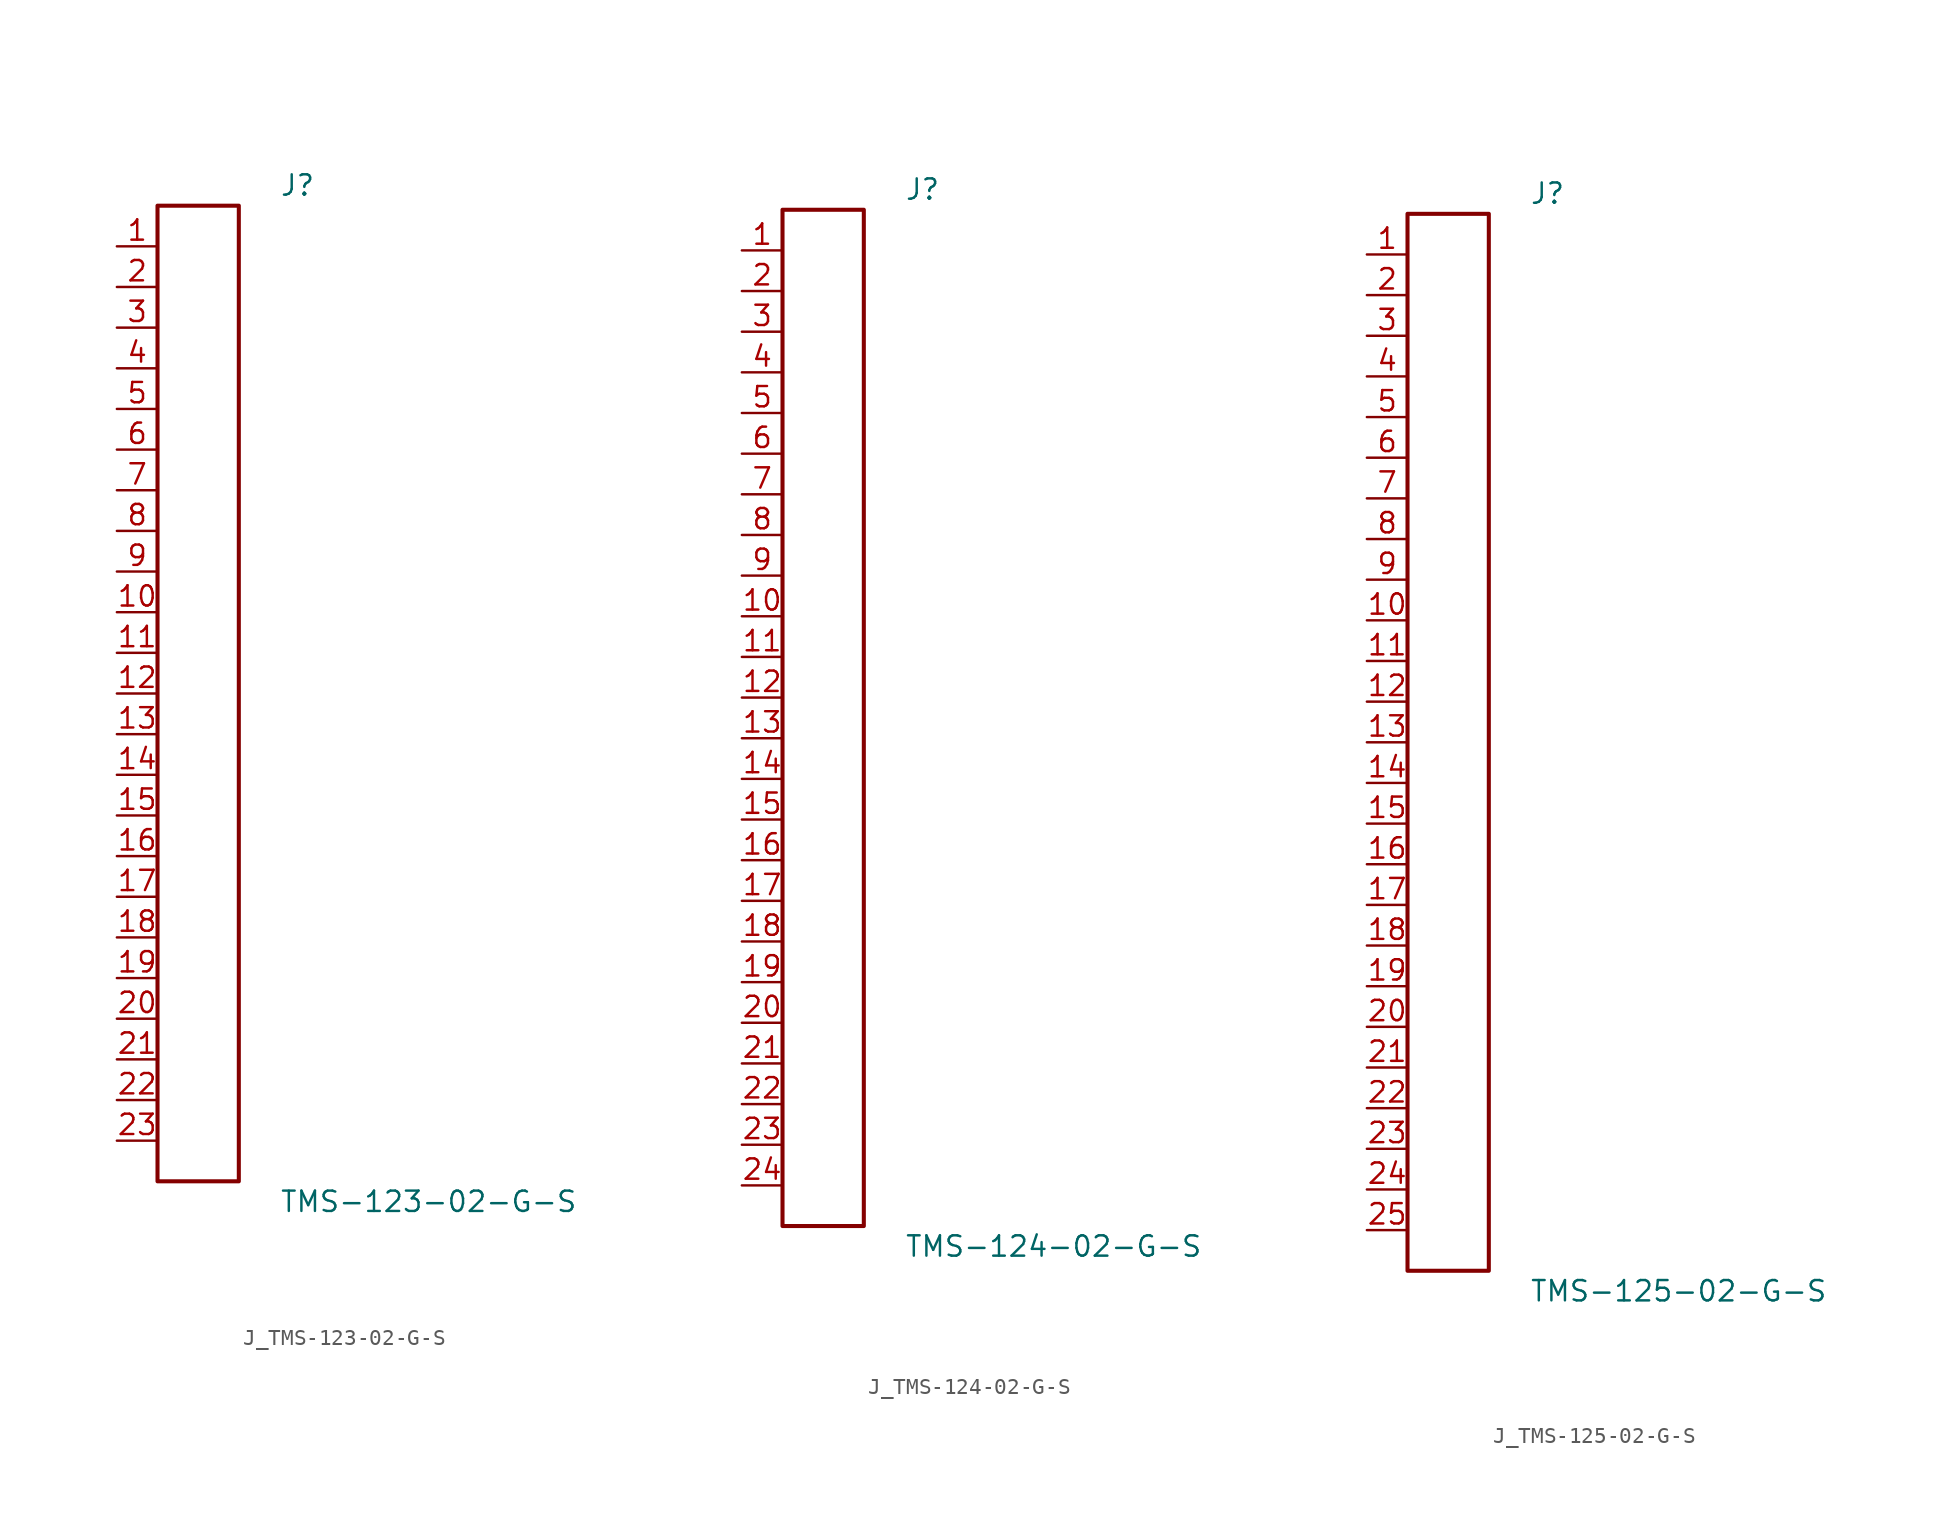
<source format=kicad_sym>
(kicad_symbol_lib
  (version 20231120)
  (generator kicad_symbol_editor)
  (generator_version 8.0)
  (symbol "J_TMS-123-02-G-S"
    (pin_names
      (offset 0.254))
    (property "Reference" "J"
      (at 5.08 31.75 0)
      (effects (font (size 1.27 1.27)) (justify left)))
    (property "Value" "TMS-123-02-G-S"
      (at 5.08 -31.75 0)
      (effects (font (size 1.27 1.27)) (justify left)))
    (symbol "J_TMS-123-02-G-S_0_0"
      (pin passive line (at -5.08 27.94 0) (length 2.54) (name "" (effects (font (size 1.27 1.27)))) (number "1" (effects (font (size 1.27 1.27)))))
      (pin passive line (at -5.08 25.4 0) (length 2.54) (name "" (effects (font (size 1.27 1.27)))) (number "2" (effects (font (size 1.27 1.27)))))
      (pin passive line (at -5.08 22.86 0) (length 2.54) (name "" (effects (font (size 1.27 1.27)))) (number "3" (effects (font (size 1.27 1.27)))))
      (pin passive line (at -5.08 20.32 0) (length 2.54) (name "" (effects (font (size 1.27 1.27)))) (number "4" (effects (font (size 1.27 1.27)))))
      (pin passive line (at -5.08 17.78 0) (length 2.54) (name "" (effects (font (size 1.27 1.27)))) (number "5" (effects (font (size 1.27 1.27)))))
      (pin passive line (at -5.08 15.24 0) (length 2.54) (name "" (effects (font (size 1.27 1.27)))) (number "6" (effects (font (size 1.27 1.27)))))
      (pin passive line (at -5.08 12.7 0) (length 2.54) (name "" (effects (font (size 1.27 1.27)))) (number "7" (effects (font (size 1.27 1.27)))))
      (pin passive line (at -5.08 10.16 0) (length 2.54) (name "" (effects (font (size 1.27 1.27)))) (number "8" (effects (font (size 1.27 1.27)))))
      (pin passive line (at -5.08 7.62 0) (length 2.54) (name "" (effects (font (size 1.27 1.27)))) (number "9" (effects (font (size 1.27 1.27)))))
      (pin passive line (at -5.08 5.08 0) (length 2.54) (name "" (effects (font (size 1.27 1.27)))) (number "10" (effects (font (size 1.27 1.27)))))
      (pin passive line (at -5.08 2.54 0) (length 2.54) (name "" (effects (font (size 1.27 1.27)))) (number "11" (effects (font (size 1.27 1.27)))))
      (pin passive line (at -5.08 0.0 0) (length 2.54) (name "" (effects (font (size 1.27 1.27)))) (number "12" (effects (font (size 1.27 1.27)))))
      (pin passive line (at -5.08 -2.54 0) (length 2.54) (name "" (effects (font (size 1.27 1.27)))) (number "13" (effects (font (size 1.27 1.27)))))
      (pin passive line (at -5.08 -5.08 0) (length 2.54) (name "" (effects (font (size 1.27 1.27)))) (number "14" (effects (font (size 1.27 1.27)))))
      (pin passive line (at -5.08 -7.62 0) (length 2.54) (name "" (effects (font (size 1.27 1.27)))) (number "15" (effects (font (size 1.27 1.27)))))
      (pin passive line (at -5.08 -10.16 0) (length 2.54) (name "" (effects (font (size 1.27 1.27)))) (number "16" (effects (font (size 1.27 1.27)))))
      (pin passive line (at -5.08 -12.7 0) (length 2.54) (name "" (effects (font (size 1.27 1.27)))) (number "17" (effects (font (size 1.27 1.27)))))
      (pin passive line (at -5.08 -15.24 0) (length 2.54) (name "" (effects (font (size 1.27 1.27)))) (number "18" (effects (font (size 1.27 1.27)))))
      (pin passive line (at -5.08 -17.78 0) (length 2.54) (name "" (effects (font (size 1.27 1.27)))) (number "19" (effects (font (size 1.27 1.27)))))
      (pin passive line (at -5.08 -20.32 0) (length 2.54) (name "" (effects (font (size 1.27 1.27)))) (number "20" (effects (font (size 1.27 1.27)))))
      (pin passive line (at -5.08 -22.86 0) (length 2.54) (name "" (effects (font (size 1.27 1.27)))) (number "21" (effects (font (size 1.27 1.27)))))
      (pin passive line (at -5.08 -25.4 0) (length 2.54) (name "" (effects (font (size 1.27 1.27)))) (number "22" (effects (font (size 1.27 1.27)))))
      (pin passive line (at -5.08 -27.94 0) (length 2.54) (name "" (effects (font (size 1.27 1.27)))) (number "23" (effects (font (size 1.27 1.27))))))
    (symbol "J_TMS-123-02-G-S_1_0"
      (rectangle (start -2.54 30.48) (end 2.54 -30.48) (stroke (width 0.254) (type solid)) (fill (type none)))))
  (symbol "J_TMS-124-02-G-S"
    (pin_names
      (offset 0.254))
    (property "Reference" "J"
      (at 5.08 33.02 0)
      (effects (font (size 1.27 1.27)) (justify left)))
    (property "Value" "TMS-124-02-G-S"
      (at 5.08 -33.02 0)
      (effects (font (size 1.27 1.27)) (justify left)))
    (symbol "J_TMS-124-02-G-S_0_0"
      (pin passive line (at -5.08 29.21 0) (length 2.54) (name "" (effects (font (size 1.27 1.27)))) (number "1" (effects (font (size 1.27 1.27)))))
      (pin passive line (at -5.08 26.67 0) (length 2.54) (name "" (effects (font (size 1.27 1.27)))) (number "2" (effects (font (size 1.27 1.27)))))
      (pin passive line (at -5.08 24.13 0) (length 2.54) (name "" (effects (font (size 1.27 1.27)))) (number "3" (effects (font (size 1.27 1.27)))))
      (pin passive line (at -5.08 21.59 0) (length 2.54) (name "" (effects (font (size 1.27 1.27)))) (number "4" (effects (font (size 1.27 1.27)))))
      (pin passive line (at -5.08 19.05 0) (length 2.54) (name "" (effects (font (size 1.27 1.27)))) (number "5" (effects (font (size 1.27 1.27)))))
      (pin passive line (at -5.08 16.51 0) (length 2.54) (name "" (effects (font (size 1.27 1.27)))) (number "6" (effects (font (size 1.27 1.27)))))
      (pin passive line (at -5.08 13.97 0) (length 2.54) (name "" (effects (font (size 1.27 1.27)))) (number "7" (effects (font (size 1.27 1.27)))))
      (pin passive line (at -5.08 11.43 0) (length 2.54) (name "" (effects (font (size 1.27 1.27)))) (number "8" (effects (font (size 1.27 1.27)))))
      (pin passive line (at -5.08 8.89 0) (length 2.54) (name "" (effects (font (size 1.27 1.27)))) (number "9" (effects (font (size 1.27 1.27)))))
      (pin passive line (at -5.08 6.35 0) (length 2.54) (name "" (effects (font (size 1.27 1.27)))) (number "10" (effects (font (size 1.27 1.27)))))
      (pin passive line (at -5.08 3.81 0) (length 2.54) (name "" (effects (font (size 1.27 1.27)))) (number "11" (effects (font (size 1.27 1.27)))))
      (pin passive line (at -5.08 1.27 0) (length 2.54) (name "" (effects (font (size 1.27 1.27)))) (number "12" (effects (font (size 1.27 1.27)))))
      (pin passive line (at -5.08 -1.27 0) (length 2.54) (name "" (effects (font (size 1.27 1.27)))) (number "13" (effects (font (size 1.27 1.27)))))
      (pin passive line (at -5.08 -3.81 0) (length 2.54) (name "" (effects (font (size 1.27 1.27)))) (number "14" (effects (font (size 1.27 1.27)))))
      (pin passive line (at -5.08 -6.35 0) (length 2.54) (name "" (effects (font (size 1.27 1.27)))) (number "15" (effects (font (size 1.27 1.27)))))
      (pin passive line (at -5.08 -8.89 0) (length 2.54) (name "" (effects (font (size 1.27 1.27)))) (number "16" (effects (font (size 1.27 1.27)))))
      (pin passive line (at -5.08 -11.43 0) (length 2.54) (name "" (effects (font (size 1.27 1.27)))) (number "17" (effects (font (size 1.27 1.27)))))
      (pin passive line (at -5.08 -13.97 0) (length 2.54) (name "" (effects (font (size 1.27 1.27)))) (number "18" (effects (font (size 1.27 1.27)))))
      (pin passive line (at -5.08 -16.51 0) (length 2.54) (name "" (effects (font (size 1.27 1.27)))) (number "19" (effects (font (size 1.27 1.27)))))
      (pin passive line (at -5.08 -19.05 0) (length 2.54) (name "" (effects (font (size 1.27 1.27)))) (number "20" (effects (font (size 1.27 1.27)))))
      (pin passive line (at -5.08 -21.59 0) (length 2.54) (name "" (effects (font (size 1.27 1.27)))) (number "21" (effects (font (size 1.27 1.27)))))
      (pin passive line (at -5.08 -24.13 0) (length 2.54) (name "" (effects (font (size 1.27 1.27)))) (number "22" (effects (font (size 1.27 1.27)))))
      (pin passive line (at -5.08 -26.67 0) (length 2.54) (name "" (effects (font (size 1.27 1.27)))) (number "23" (effects (font (size 1.27 1.27)))))
      (pin passive line (at -5.08 -29.21 0) (length 2.54) (name "" (effects (font (size 1.27 1.27)))) (number "24" (effects (font (size 1.27 1.27))))))
    (symbol "J_TMS-124-02-G-S_1_0"
      (rectangle (start -2.54 31.75) (end 2.54 -31.75) (stroke (width 0.254) (type solid)) (fill (type none)))))
  (symbol "J_TMS-125-02-G-S"
    (pin_names
      (offset 0.254))
    (property "Reference" "J"
      (at 5.08 34.29 0)
      (effects (font (size 1.27 1.27)) (justify left)))
    (property "Value" "TMS-125-02-G-S"
      (at 5.08 -34.29 0)
      (effects (font (size 1.27 1.27)) (justify left)))
    (symbol "J_TMS-125-02-G-S_0_0"
      (pin passive line (at -5.08 30.48 0) (length 2.54) (name "" (effects (font (size 1.27 1.27)))) (number "1" (effects (font (size 1.27 1.27)))))
      (pin passive line (at -5.08 27.94 0) (length 2.54) (name "" (effects (font (size 1.27 1.27)))) (number "2" (effects (font (size 1.27 1.27)))))
      (pin passive line (at -5.08 25.4 0) (length 2.54) (name "" (effects (font (size 1.27 1.27)))) (number "3" (effects (font (size 1.27 1.27)))))
      (pin passive line (at -5.08 22.86 0) (length 2.54) (name "" (effects (font (size 1.27 1.27)))) (number "4" (effects (font (size 1.27 1.27)))))
      (pin passive line (at -5.08 20.32 0) (length 2.54) (name "" (effects (font (size 1.27 1.27)))) (number "5" (effects (font (size 1.27 1.27)))))
      (pin passive line (at -5.08 17.78 0) (length 2.54) (name "" (effects (font (size 1.27 1.27)))) (number "6" (effects (font (size 1.27 1.27)))))
      (pin passive line (at -5.08 15.24 0) (length 2.54) (name "" (effects (font (size 1.27 1.27)))) (number "7" (effects (font (size 1.27 1.27)))))
      (pin passive line (at -5.08 12.7 0) (length 2.54) (name "" (effects (font (size 1.27 1.27)))) (number "8" (effects (font (size 1.27 1.27)))))
      (pin passive line (at -5.08 10.16 0) (length 2.54) (name "" (effects (font (size 1.27 1.27)))) (number "9" (effects (font (size 1.27 1.27)))))
      (pin passive line (at -5.08 7.62 0) (length 2.54) (name "" (effects (font (size 1.27 1.27)))) (number "10" (effects (font (size 1.27 1.27)))))
      (pin passive line (at -5.08 5.08 0) (length 2.54) (name "" (effects (font (size 1.27 1.27)))) (number "11" (effects (font (size 1.27 1.27)))))
      (pin passive line (at -5.08 2.54 0) (length 2.54) (name "" (effects (font (size 1.27 1.27)))) (number "12" (effects (font (size 1.27 1.27)))))
      (pin passive line (at -5.08 0.0 0) (length 2.54) (name "" (effects (font (size 1.27 1.27)))) (number "13" (effects (font (size 1.27 1.27)))))
      (pin passive line (at -5.08 -2.54 0) (length 2.54) (name "" (effects (font (size 1.27 1.27)))) (number "14" (effects (font (size 1.27 1.27)))))
      (pin passive line (at -5.08 -5.08 0) (length 2.54) (name "" (effects (font (size 1.27 1.27)))) (number "15" (effects (font (size 1.27 1.27)))))
      (pin passive line (at -5.08 -7.62 0) (length 2.54) (name "" (effects (font (size 1.27 1.27)))) (number "16" (effects (font (size 1.27 1.27)))))
      (pin passive line (at -5.08 -10.16 0) (length 2.54) (name "" (effects (font (size 1.27 1.27)))) (number "17" (effects (font (size 1.27 1.27)))))
      (pin passive line (at -5.08 -12.7 0) (length 2.54) (name "" (effects (font (size 1.27 1.27)))) (number "18" (effects (font (size 1.27 1.27)))))
      (pin passive line (at -5.08 -15.24 0) (length 2.54) (name "" (effects (font (size 1.27 1.27)))) (number "19" (effects (font (size 1.27 1.27)))))
      (pin passive line (at -5.08 -17.78 0) (length 2.54) (name "" (effects (font (size 1.27 1.27)))) (number "20" (effects (font (size 1.27 1.27)))))
      (pin passive line (at -5.08 -20.32 0) (length 2.54) (name "" (effects (font (size 1.27 1.27)))) (number "21" (effects (font (size 1.27 1.27)))))
      (pin passive line (at -5.08 -22.86 0) (length 2.54) (name "" (effects (font (size 1.27 1.27)))) (number "22" (effects (font (size 1.27 1.27)))))
      (pin passive line (at -5.08 -25.4 0) (length 2.54) (name "" (effects (font (size 1.27 1.27)))) (number "23" (effects (font (size 1.27 1.27)))))
      (pin passive line (at -5.08 -27.94 0) (length 2.54) (name "" (effects (font (size 1.27 1.27)))) (number "24" (effects (font (size 1.27 1.27)))))
      (pin passive line (at -5.08 -30.48 0) (length 2.54) (name "" (effects (font (size 1.27 1.27)))) (number "25" (effects (font (size 1.27 1.27))))))
    (symbol "J_TMS-125-02-G-S_1_0"
      (rectangle (start -2.54 33.02) (end 2.54 -33.02) (stroke (width 0.254) (type solid)) (fill (type none))))))
</source>
